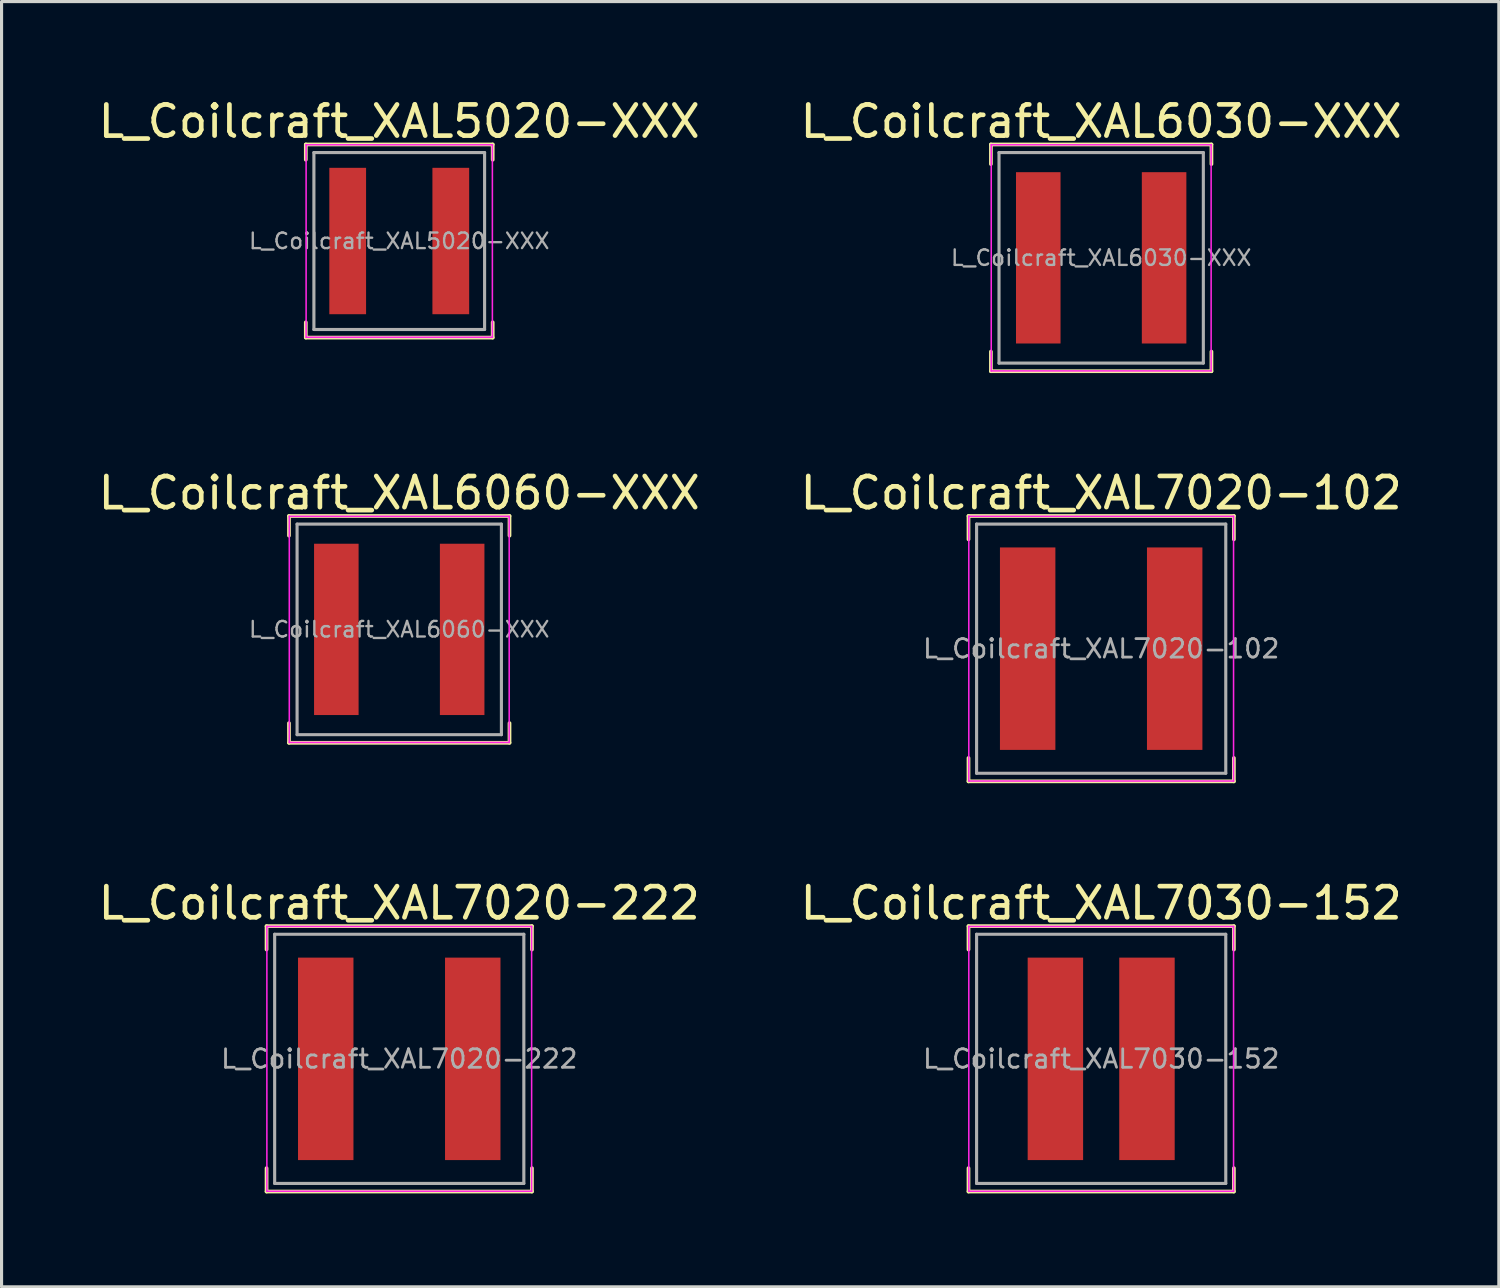
<source format=kicad_pcb>
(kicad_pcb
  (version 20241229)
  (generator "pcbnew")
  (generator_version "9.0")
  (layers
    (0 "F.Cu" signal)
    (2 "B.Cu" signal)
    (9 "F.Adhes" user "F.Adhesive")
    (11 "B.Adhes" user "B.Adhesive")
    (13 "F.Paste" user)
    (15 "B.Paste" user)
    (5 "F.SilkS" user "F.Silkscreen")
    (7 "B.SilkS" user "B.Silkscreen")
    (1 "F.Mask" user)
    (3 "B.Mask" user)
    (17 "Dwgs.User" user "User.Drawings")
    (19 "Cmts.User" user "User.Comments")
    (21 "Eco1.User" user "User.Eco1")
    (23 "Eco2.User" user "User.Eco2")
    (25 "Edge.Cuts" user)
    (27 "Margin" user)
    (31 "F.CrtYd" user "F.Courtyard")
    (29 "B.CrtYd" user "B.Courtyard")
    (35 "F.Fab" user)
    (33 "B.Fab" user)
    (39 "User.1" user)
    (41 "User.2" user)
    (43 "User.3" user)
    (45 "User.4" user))
  (footprint "L_Coilcraft_XAL6060-XXX"
    (layer "F.Cu")
    (at 9.768 17.157)
    (property "Reference" "L_Coilcraft_XAL6060-XXX" (at 0 -4.38 0) (layer "F.SilkS") (effects (font (size 1 1) (thickness 0.15))))
    (attr smd)
    (fp_line (start -3.54 -3.64) (end -3.54 -3.01) (stroke (width 0.12) (type solid)) (layer "F.SilkS"))
    (fp_line (start -3.54 -3.64) (end 3.54 -3.64) (stroke (width 0.12) (type solid)) (layer "F.SilkS"))
    (fp_line (start -3.54 3.64) (end -3.54 3.01) (stroke (width 0.12) (type solid)) (layer "F.SilkS"))
    (fp_line (start -3.54 3.64) (end 3.54 3.64) (stroke (width 0.12) (type solid)) (layer "F.SilkS"))
    (fp_line (start 3.54 -3.64) (end 3.54 -3.01) (stroke (width 0.12) (type solid)) (layer "F.SilkS"))
    (fp_line (start 3.54 3.64) (end 3.54 3.01) (stroke (width 0.12) (type solid)) (layer "F.SilkS"))
    (fp_line (start -3.53 -3.63) (end -3.53 3.63) (stroke (width 0.05) (type solid)) (layer "F.CrtYd"))
    (fp_line (start -3.53 3.63) (end 3.53 3.63) (stroke (width 0.05) (type solid)) (layer "F.CrtYd"))
    (fp_line (start 3.53 -3.63) (end -3.53 -3.63) (stroke (width 0.05) (type solid)) (layer "F.CrtYd"))
    (fp_line (start 3.53 3.63) (end 3.53 -3.63) (stroke (width 0.05) (type solid)) (layer "F.CrtYd"))
    (fp_line (start -3.28 -3.38) (end -3.28 3.38) (stroke (width 0.1) (type solid)) (layer "F.Fab"))
    (fp_line (start -3.28 3.38) (end 3.28 3.38) (stroke (width 0.1) (type solid)) (layer "F.Fab"))
    (fp_line (start 3.28 -3.38) (end -3.28 -3.38) (stroke (width 0.1) (type solid)) (layer "F.Fab"))
    (fp_line (start 3.28 3.38) (end 3.28 -3.38) (stroke (width 0.1) (type solid)) (layer "F.Fab"))
    (fp_text user "${REFERENCE}" (at 0 0 0) (layer "F.Fab") (effects (font (size 0.5 0.5) (thickness 0.075))))
    (pad "1" smd rect (at -2.02 0) (size 1.43 5.5) (layers "F.Cu" "F.Mask" "F.Paste"))
    (pad "2" smd rect (at 2.02 0) (size 1.43 5.5) (layers "F.Cu" "F.Mask" "F.Paste")))
  (footprint "L_Coilcraft_XAL5020-XXX"
    (layer "F.Cu")
    (at 9.768 4.688)
    (property "Reference" "L_Coilcraft_XAL5020-XXX" (at 0 -3.84 0) (layer "F.SilkS") (effects (font (size 1 1) (thickness 0.15))))
    (attr smd)
    (fp_line (start -3 -3.1) (end -3 -2.61) (stroke (width 0.12) (type solid)) (layer "F.SilkS"))
    (fp_line (start -3 -3.1) (end 3 -3.1) (stroke (width 0.12) (type solid)) (layer "F.SilkS"))
    (fp_line (start -3 3.1) (end -3 2.61) (stroke (width 0.12) (type solid)) (layer "F.SilkS"))
    (fp_line (start -3 3.1) (end 3 3.1) (stroke (width 0.12) (type solid)) (layer "F.SilkS"))
    (fp_line (start 3 -3.1) (end 3 -2.61) (stroke (width 0.12) (type solid)) (layer "F.SilkS"))
    (fp_line (start 3 3.1) (end 3 2.61) (stroke (width 0.12) (type solid)) (layer "F.SilkS"))
    (fp_line (start -2.99 -3.09) (end -2.99 3.09) (stroke (width 0.05) (type solid)) (layer "F.CrtYd"))
    (fp_line (start -2.99 3.09) (end 2.99 3.09) (stroke (width 0.05) (type solid)) (layer "F.CrtYd"))
    (fp_line (start 2.99 -3.09) (end -2.99 -3.09) (stroke (width 0.05) (type solid)) (layer "F.CrtYd"))
    (fp_line (start 2.99 3.09) (end 2.99 -3.09) (stroke (width 0.05) (type solid)) (layer "F.CrtYd"))
    (fp_line (start -2.74 -2.84) (end -2.74 2.84) (stroke (width 0.1) (type solid)) (layer "F.Fab"))
    (fp_line (start -2.74 2.84) (end 2.74 2.84) (stroke (width 0.1) (type solid)) (layer "F.Fab"))
    (fp_line (start 2.74 -2.84) (end -2.74 -2.84) (stroke (width 0.1) (type solid)) (layer "F.Fab"))
    (fp_line (start 2.74 2.84) (end 2.74 -2.84) (stroke (width 0.1) (type solid)) (layer "F.Fab"))
    (fp_text user "${REFERENCE}" (at 0 0 0) (layer "F.Fab") (effects (font (size 0.5 0.5) (thickness 0.075))))
    (pad "1" smd rect (at -1.655 0) (size 1.18 4.7) (layers "F.Cu" "F.Mask" "F.Paste"))
    (pad "2" smd rect (at 1.655 0) (size 1.18 4.7) (layers "F.Cu" "F.Mask" "F.Paste")))
  (footprint "L_Coilcraft_XAL7020-222"
    (layer "F.Cu")
    (at 9.768 30.945)
    (property "Reference" "L_Coilcraft_XAL7020-222" (at 0 -5 0) (layer "F.SilkS") (effects (font (size 1 1) (thickness 0.15))))
    (attr smd)
    (fp_line (start -4.26 -4.26) (end -4.26 -3.51) (stroke (width 0.12) (type solid)) (layer "F.SilkS"))
    (fp_line (start -4.26 -4.26) (end 4.26 -4.26) (stroke (width 0.12) (type solid)) (layer "F.SilkS"))
    (fp_line (start -4.26 4.26) (end -4.26 3.51) (stroke (width 0.12) (type solid)) (layer "F.SilkS"))
    (fp_line (start -4.26 4.26) (end 4.26 4.26) (stroke (width 0.12) (type solid)) (layer "F.SilkS"))
    (fp_line (start 4.26 -4.26) (end 4.26 -3.51) (stroke (width 0.12) (type solid)) (layer "F.SilkS"))
    (fp_line (start 4.26 4.26) (end 4.26 3.51) (stroke (width 0.12) (type solid)) (layer "F.SilkS"))
    (fp_line (start -4.25 -4.25) (end -4.25 4.25) (stroke (width 0.05) (type solid)) (layer "F.CrtYd"))
    (fp_line (start -4.25 4.25) (end 4.25 4.25) (stroke (width 0.05) (type solid)) (layer "F.CrtYd"))
    (fp_line (start 4.25 -4.25) (end -4.25 -4.25) (stroke (width 0.05) (type solid)) (layer "F.CrtYd"))
    (fp_line (start 4.25 4.25) (end 4.25 -4.25) (stroke (width 0.05) (type solid)) (layer "F.CrtYd"))
    (fp_line (start -4 -4) (end -4 4) (stroke (width 0.1) (type solid)) (layer "F.Fab"))
    (fp_line (start -4 4) (end 4 4) (stroke (width 0.1) (type solid)) (layer "F.Fab"))
    (fp_line (start 4 -4) (end -4 -4) (stroke (width 0.1) (type solid)) (layer "F.Fab"))
    (fp_line (start 4 4) (end 4 -4) (stroke (width 0.1) (type solid)) (layer "F.Fab"))
    (fp_text user "${REFERENCE}" (at 0 0 0) (layer "F.Fab") (effects (font (size 0.593 0.593) (thickness 0.089))))
    (pad "1" smd rect (at -2.36 0) (size 1.78 6.5) (layers "F.Cu" "F.Mask" "F.Paste"))
    (pad "2" smd rect (at 2.36 0) (size 1.78 6.5) (layers "F.Cu" "F.Mask" "F.Paste")))
  (footprint "L_Coilcraft_XAL6030-XXX"
    (layer "F.Cu")
    (at 32.304 5.228)
    (property "Reference" "L_Coilcraft_XAL6030-XXX" (at 0 -4.38 0) (layer "F.SilkS") (effects (font (size 1 1) (thickness 0.15))))
    (attr smd)
    (fp_line (start -3.54 -3.64) (end -3.54 -3.01) (stroke (width 0.12) (type solid)) (layer "F.SilkS"))
    (fp_line (start -3.54 -3.64) (end 3.54 -3.64) (stroke (width 0.12) (type solid)) (layer "F.SilkS"))
    (fp_line (start -3.54 3.64) (end -3.54 3.01) (stroke (width 0.12) (type solid)) (layer "F.SilkS"))
    (fp_line (start -3.54 3.64) (end 3.54 3.64) (stroke (width 0.12) (type solid)) (layer "F.SilkS"))
    (fp_line (start 3.54 -3.64) (end 3.54 -3.01) (stroke (width 0.12) (type solid)) (layer "F.SilkS"))
    (fp_line (start 3.54 3.64) (end 3.54 3.01) (stroke (width 0.12) (type solid)) (layer "F.SilkS"))
    (fp_line (start -3.53 -3.63) (end -3.53 3.63) (stroke (width 0.05) (type solid)) (layer "F.CrtYd"))
    (fp_line (start -3.53 3.63) (end 3.53 3.63) (stroke (width 0.05) (type solid)) (layer "F.CrtYd"))
    (fp_line (start 3.53 -3.63) (end -3.53 -3.63) (stroke (width 0.05) (type solid)) (layer "F.CrtYd"))
    (fp_line (start 3.53 3.63) (end 3.53 -3.63) (stroke (width 0.05) (type solid)) (layer "F.CrtYd"))
    (fp_line (start -3.28 -3.38) (end -3.28 3.38) (stroke (width 0.1) (type solid)) (layer "F.Fab"))
    (fp_line (start -3.28 3.38) (end 3.28 3.38) (stroke (width 0.1) (type solid)) (layer "F.Fab"))
    (fp_line (start 3.28 -3.38) (end -3.28 -3.38) (stroke (width 0.1) (type solid)) (layer "F.Fab"))
    (fp_line (start 3.28 3.38) (end 3.28 -3.38) (stroke (width 0.1) (type solid)) (layer "F.Fab"))
    (fp_text user "${REFERENCE}" (at 0 0 0) (layer "F.Fab") (effects (font (size 0.5 0.5) (thickness 0.075))))
    (pad "1" smd rect (at -2.02 0) (size 1.43 5.5) (layers "F.Cu" "F.Mask" "F.Paste"))
    (pad "2" smd rect (at 2.02 0) (size 1.43 5.5) (layers "F.Cu" "F.Mask" "F.Paste")))
  (footprint "L_Coilcraft_XAL7020-102"
    (layer "F.Cu")
    (at 32.304 17.776)
    (property "Reference" "L_Coilcraft_XAL7020-102" (at 0 -5 0) (layer "F.SilkS") (effects (font (size 1 1) (thickness 0.15))))
    (attr smd)
    (fp_line (start -4.26 -4.26) (end -4.26 -3.51) (stroke (width 0.12) (type solid)) (layer "F.SilkS"))
    (fp_line (start -4.26 -4.26) (end 4.26 -4.26) (stroke (width 0.12) (type solid)) (layer "F.SilkS"))
    (fp_line (start -4.26 4.26) (end -4.26 3.51) (stroke (width 0.12) (type solid)) (layer "F.SilkS"))
    (fp_line (start -4.26 4.26) (end 4.26 4.26) (stroke (width 0.12) (type solid)) (layer "F.SilkS"))
    (fp_line (start 4.26 -4.26) (end 4.26 -3.51) (stroke (width 0.12) (type solid)) (layer "F.SilkS"))
    (fp_line (start 4.26 4.26) (end 4.26 3.51) (stroke (width 0.12) (type solid)) (layer "F.SilkS"))
    (fp_line (start -4.25 -4.25) (end -4.25 4.25) (stroke (width 0.05) (type solid)) (layer "F.CrtYd"))
    (fp_line (start -4.25 4.25) (end 4.25 4.25) (stroke (width 0.05) (type solid)) (layer "F.CrtYd"))
    (fp_line (start 4.25 -4.25) (end -4.25 -4.25) (stroke (width 0.05) (type solid)) (layer "F.CrtYd"))
    (fp_line (start 4.25 4.25) (end 4.25 -4.25) (stroke (width 0.05) (type solid)) (layer "F.CrtYd"))
    (fp_line (start -4 -4) (end -4 4) (stroke (width 0.1) (type solid)) (layer "F.Fab"))
    (fp_line (start -4 4) (end 4 4) (stroke (width 0.1) (type solid)) (layer "F.Fab"))
    (fp_line (start 4 -4) (end -4 -4) (stroke (width 0.1) (type solid)) (layer "F.Fab"))
    (fp_line (start 4 4) (end 4 -4) (stroke (width 0.1) (type solid)) (layer "F.Fab"))
    (fp_text user "${REFERENCE}" (at 0 0 0) (layer "F.Fab") (effects (font (size 0.593 0.593) (thickness 0.089))))
    (pad "1" smd rect (at -2.36 0) (size 1.78 6.5) (layers "F.Cu" "F.Mask" "F.Paste"))
    (pad "2" smd rect (at 2.36 0) (size 1.78 6.5) (layers "F.Cu" "F.Mask" "F.Paste")))
  (footprint "L_Coilcraft_XAL7030-152"
    (layer "F.Cu")
    (at 32.304 30.945)
    (property "Reference" "L_Coilcraft_XAL7030-152" (at 0 -5 0) (layer "F.SilkS") (effects (font (size 1 1) (thickness 0.15))))
    (attr smd)
    (fp_line (start -4.26 -4.26) (end -4.26 -3.51) (stroke (width 0.12) (type solid)) (layer "F.SilkS"))
    (fp_line (start -4.26 -4.26) (end 4.26 -4.26) (stroke (width 0.12) (type solid)) (layer "F.SilkS"))
    (fp_line (start -4.26 4.26) (end -4.26 3.51) (stroke (width 0.12) (type solid)) (layer "F.SilkS"))
    (fp_line (start -4.26 4.26) (end 4.26 4.26) (stroke (width 0.12) (type solid)) (layer "F.SilkS"))
    (fp_line (start 4.26 -4.26) (end 4.26 -3.51) (stroke (width 0.12) (type solid)) (layer "F.SilkS"))
    (fp_line (start 4.26 4.26) (end 4.26 3.51) (stroke (width 0.12) (type solid)) (layer "F.SilkS"))
    (fp_line (start -4.25 -4.25) (end -4.25 4.25) (stroke (width 0.05) (type solid)) (layer "F.CrtYd"))
    (fp_line (start -4.25 4.25) (end 4.25 4.25) (stroke (width 0.05) (type solid)) (layer "F.CrtYd"))
    (fp_line (start 4.25 -4.25) (end -4.25 -4.25) (stroke (width 0.05) (type solid)) (layer "F.CrtYd"))
    (fp_line (start 4.25 4.25) (end 4.25 -4.25) (stroke (width 0.05) (type solid)) (layer "F.CrtYd"))
    (fp_line (start -4 -4) (end -4 4) (stroke (width 0.1) (type solid)) (layer "F.Fab"))
    (fp_line (start -4 4) (end 4 4) (stroke (width 0.1) (type solid)) (layer "F.Fab"))
    (fp_line (start 4 -4) (end -4 -4) (stroke (width 0.1) (type solid)) (layer "F.Fab"))
    (fp_line (start 4 4) (end 4 -4) (stroke (width 0.1) (type solid)) (layer "F.Fab"))
    (fp_text user "${REFERENCE}" (at 0 0 0) (layer "F.Fab") (effects (font (size 0.593 0.593) (thickness 0.089))))
    (pad "1" smd rect (at -1.47 0) (size 1.78 6.5) (layers "F.Cu" "F.Mask" "F.Paste"))
    (pad "2" smd rect (at 1.47 0) (size 1.78 6.5) (layers "F.Cu" "F.Mask" "F.Paste")))
  (gr_rect
    (start -3 -3)
    (end 45.071 38.265)
    (stroke (width 0.1) (type default))
    (fill no)
    (layer "Edge.Cuts")))
</source>
